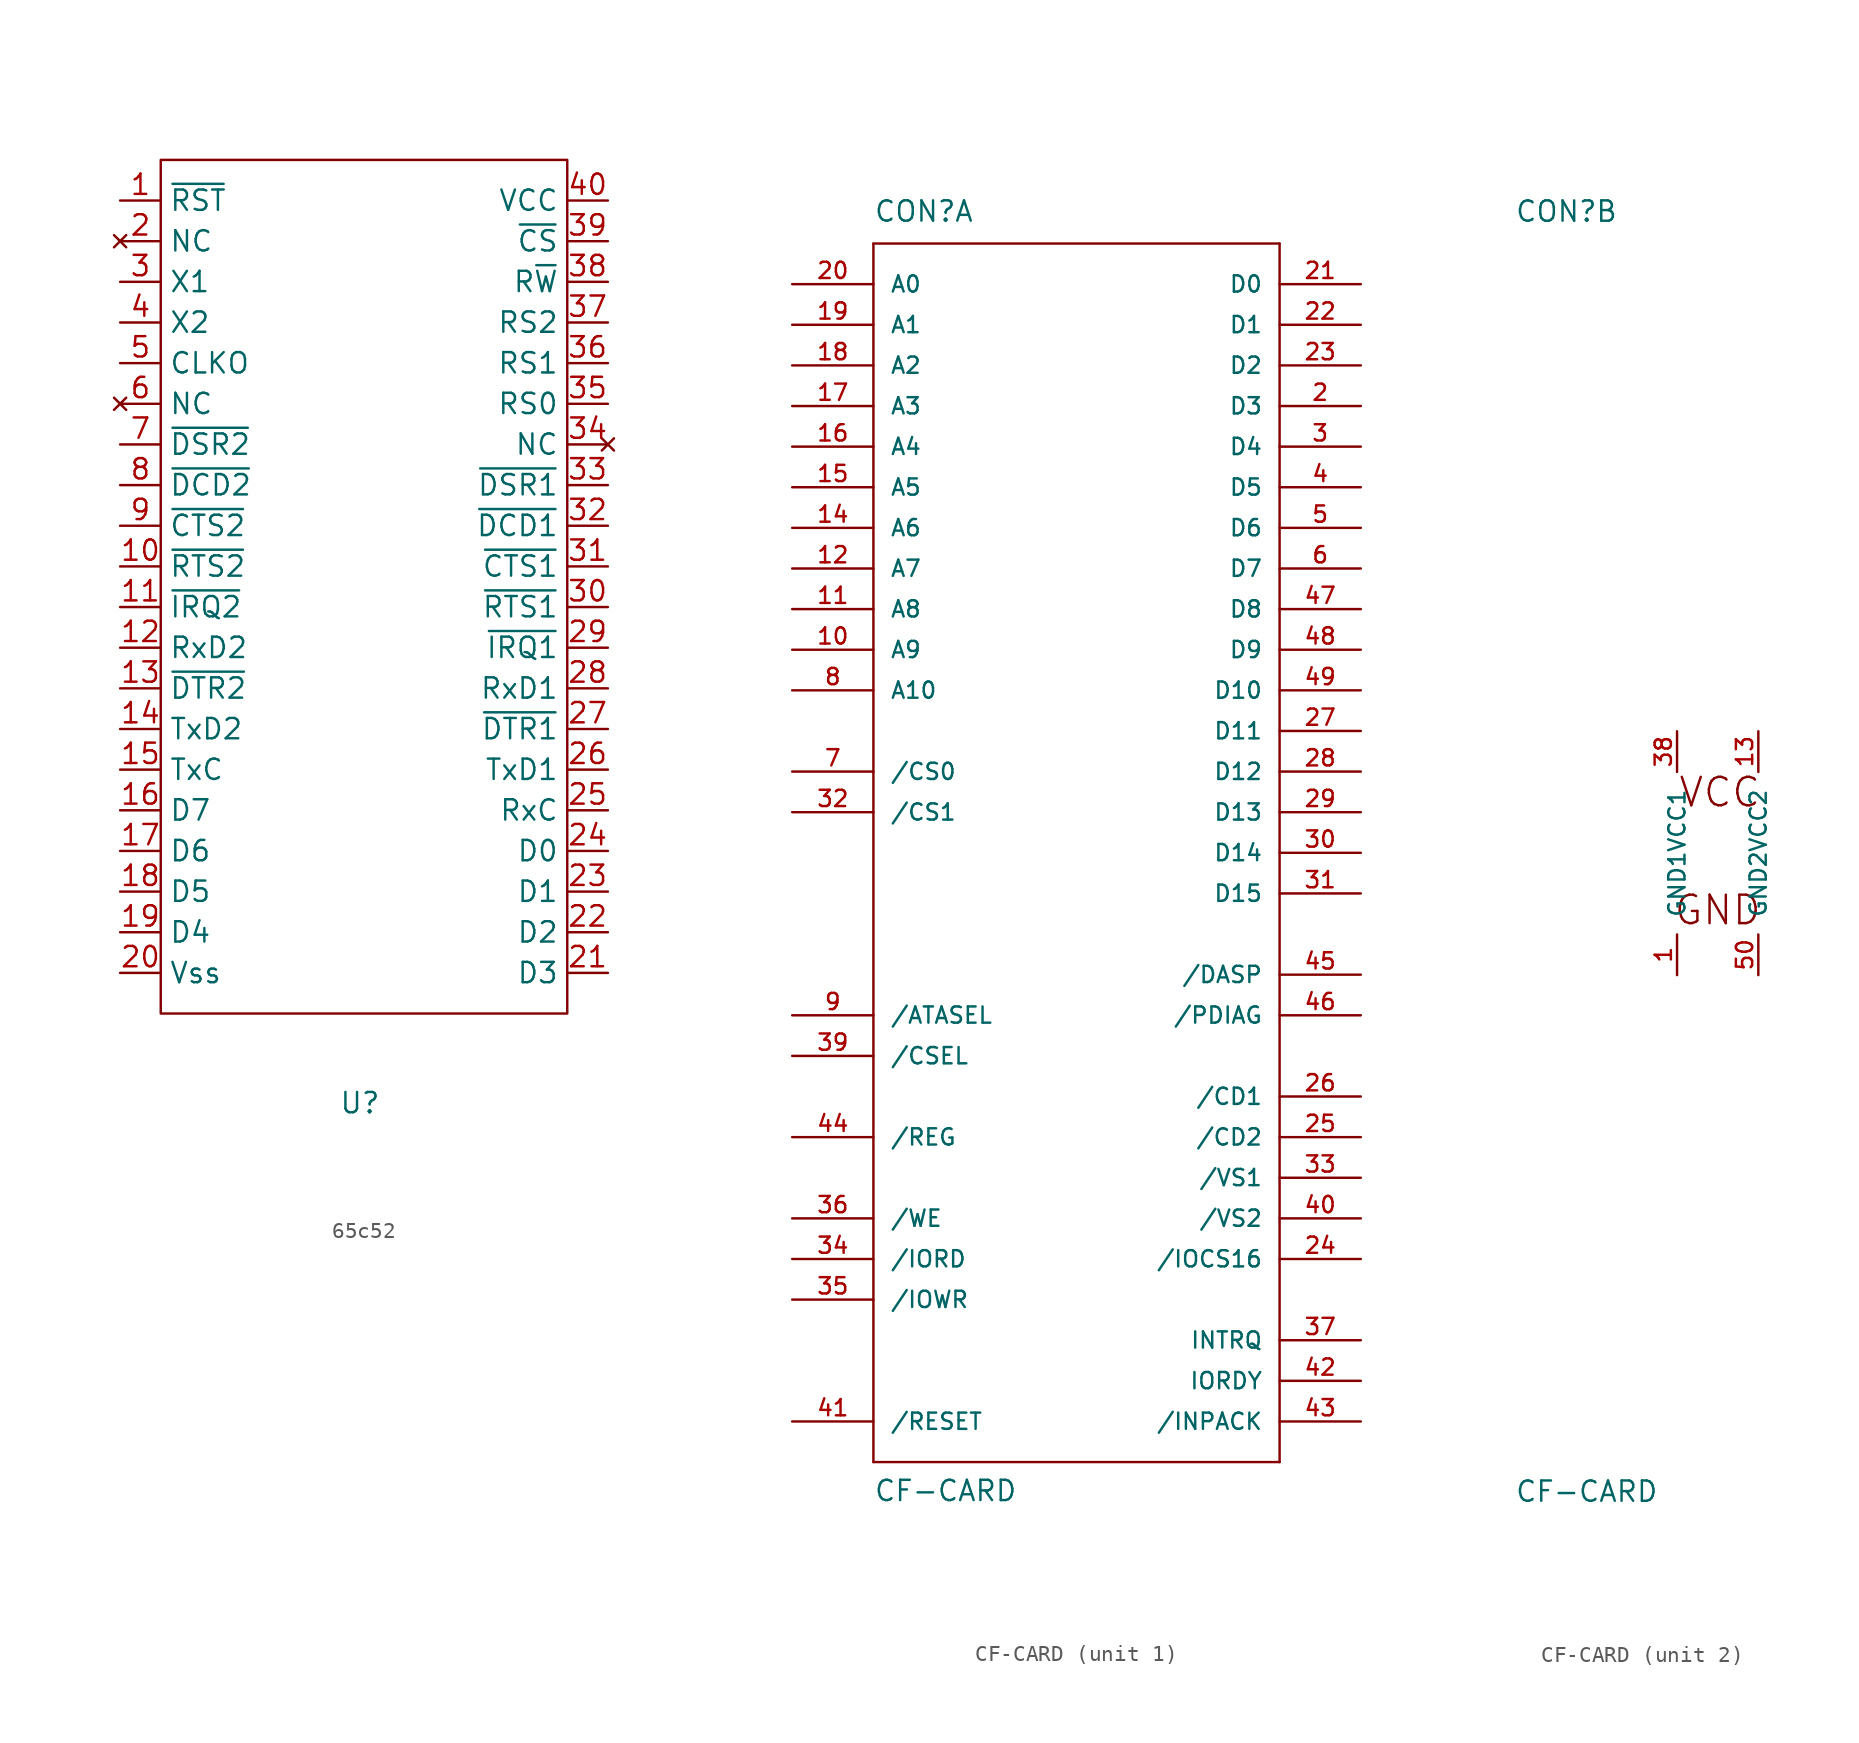
<source format=kicad_sym>
(kicad_symbol_lib
  (version 20231120)
  (generator "kicad_symbol_editor")
  (generator_version "8.0")
  (symbol "65c52"
    (property "Reference" "U"
      (at -0.254 -14.478 0)
      (effects (font (size 1.27 1.27))))
    (property "Value" ""
      (at 0 0 0)
      (effects (font (size 1.27 1.27))))
    (symbol "65c52_0_1"
      (rectangle (start -12.7 44.45) (end 12.7 -8.89) (stroke (width 0) (type default)) (fill (type none))))
    (symbol "65c52_1_1"
      (pin input line (at -15.24 41.91 0) (length 2.54) (name "~{RST}" (effects (font (size 1.27 1.27)))) (number "1" (effects (font (size 1.27 1.27)))))
      (pin output line (at -15.24 19.05 0) (length 2.54) (name "~{RTS2}" (effects (font (size 1.27 1.27)))) (number "10" (effects (font (size 1.27 1.27)))))
      (pin output line (at -15.24 16.51 0) (length 2.54) (name "~{IRQ2}" (effects (font (size 1.27 1.27)))) (number "11" (effects (font (size 1.27 1.27)))))
      (pin input line (at -15.24 13.97 0) (length 2.54) (name "RxD2" (effects (font (size 1.27 1.27)))) (number "12" (effects (font (size 1.27 1.27)))))
      (pin output line (at -15.24 11.43 0) (length 2.54) (name "~{DTR2}" (effects (font (size 1.27 1.27)))) (number "13" (effects (font (size 1.27 1.27)))))
      (pin output line (at -15.24 8.89 0) (length 2.54) (name "TxD2" (effects (font (size 1.27 1.27)))) (number "14" (effects (font (size 1.27 1.27)))))
      (pin input line (at -15.24 6.35 0) (length 2.54) (name "TxC" (effects (font (size 1.27 1.27)))) (number "15" (effects (font (size 1.27 1.27)))))
      (pin bidirectional line (at -15.24 3.81 0) (length 2.54) (name "D7" (effects (font (size 1.27 1.27)))) (number "16" (effects (font (size 1.27 1.27)))))
      (pin bidirectional line (at -15.24 1.27 0) (length 2.54) (name "D6" (effects (font (size 1.27 1.27)))) (number "17" (effects (font (size 1.27 1.27)))))
      (pin bidirectional line (at -15.24 -1.27 0) (length 2.54) (name "D5" (effects (font (size 1.27 1.27)))) (number "18" (effects (font (size 1.27 1.27)))))
      (pin bidirectional line (at -15.24 -3.81 0) (length 2.54) (name "D4" (effects (font (size 1.27 1.27)))) (number "19" (effects (font (size 1.27 1.27)))))
      (pin no_connect line (at -15.24 39.37 0) (length 2.54) (name "NC" (effects (font (size 1.27 1.27)))) (number "2" (effects (font (size 1.27 1.27)))))
      (pin power_in line (at -15.24 -6.35 0) (length 2.54) (name "Vss" (effects (font (size 1.27 1.27)))) (number "20" (effects (font (size 1.27 1.27)))))
      (pin bidirectional line (at 15.24 -6.35 180) (length 2.54) (name "D3" (effects (font (size 1.27 1.27)))) (number "21" (effects (font (size 1.27 1.27)))))
      (pin bidirectional line (at 15.24 -3.81 180) (length 2.54) (name "D2" (effects (font (size 1.27 1.27)))) (number "22" (effects (font (size 1.27 1.27)))))
      (pin bidirectional line (at 15.24 -1.27 180) (length 2.54) (name "D1" (effects (font (size 1.27 1.27)))) (number "23" (effects (font (size 1.27 1.27)))))
      (pin bidirectional line (at 15.24 1.27 180) (length 2.54) (name "D0" (effects (font (size 1.27 1.27)))) (number "24" (effects (font (size 1.27 1.27)))))
      (pin input line (at 15.24 3.81 180) (length 2.54) (name "RxC" (effects (font (size 1.27 1.27)))) (number "25" (effects (font (size 1.27 1.27)))))
      (pin output line (at 15.24 6.35 180) (length 2.54) (name "TxD1" (effects (font (size 1.27 1.27)))) (number "26" (effects (font (size 1.27 1.27)))))
      (pin output line (at 15.24 8.89 180) (length 2.54) (name "~{DTR1}" (effects (font (size 1.27 1.27)))) (number "27" (effects (font (size 1.27 1.27)))))
      (pin input line (at 15.24 11.43 180) (length 2.54) (name "RxD1" (effects (font (size 1.27 1.27)))) (number "28" (effects (font (size 1.27 1.27)))))
      (pin output line (at 15.24 13.97 180) (length 2.54) (name "~{IRQ1}" (effects (font (size 1.27 1.27)))) (number "29" (effects (font (size 1.27 1.27)))))
      (pin bidirectional line (at -15.24 36.83 0) (length 2.54) (name "X1" (effects (font (size 1.27 1.27)))) (number "3" (effects (font (size 1.27 1.27)))))
      (pin output line (at 15.24 16.51 180) (length 2.54) (name "~{RTS1}" (effects (font (size 1.27 1.27)))) (number "30" (effects (font (size 1.27 1.27)))))
      (pin input line (at 15.24 19.05 180) (length 2.54) (name "~{CTS1}" (effects (font (size 1.27 1.27)))) (number "31" (effects (font (size 1.27 1.27)))))
      (pin input line (at 15.24 21.59 180) (length 2.54) (name "~{DCD1}" (effects (font (size 1.27 1.27)))) (number "32" (effects (font (size 1.27 1.27)))))
      (pin input line (at 15.24 24.13 180) (length 2.54) (name "~{DSR1}" (effects (font (size 1.27 1.27)))) (number "33" (effects (font (size 1.27 1.27)))))
      (pin no_connect line (at 15.24 26.67 180) (length 2.54) (name "NC" (effects (font (size 1.27 1.27)))) (number "34" (effects (font (size 1.27 1.27)))))
      (pin input line (at 15.24 29.21 180) (length 2.54) (name "RS0" (effects (font (size 1.27 1.27)))) (number "35" (effects (font (size 1.27 1.27)))))
      (pin input line (at 15.24 31.75 180) (length 2.54) (name "RS1" (effects (font (size 1.27 1.27)))) (number "36" (effects (font (size 1.27 1.27)))))
      (pin input line (at 15.24 34.29 180) (length 2.54) (name "RS2" (effects (font (size 1.27 1.27)))) (number "37" (effects (font (size 1.27 1.27)))))
      (pin input line (at 15.24 36.83 180) (length 2.54) (name "R~{W}" (effects (font (size 1.27 1.27)))) (number "38" (effects (font (size 1.27 1.27)))))
      (pin input line (at 15.24 39.37 180) (length 2.54) (name "~{CS}" (effects (font (size 1.27 1.27)))) (number "39" (effects (font (size 1.27 1.27)))))
      (pin bidirectional line (at -15.24 34.29 0) (length 2.54) (name "X2" (effects (font (size 1.27 1.27)))) (number "4" (effects (font (size 1.27 1.27)))))
      (pin output line (at 15.24 41.91 180) (length 2.54) (name "VCC" (effects (font (size 1.27 1.27)))) (number "40" (effects (font (size 1.27 1.27)))))
      (pin output line (at -15.24 31.75 0) (length 2.54) (name "CLKO" (effects (font (size 1.27 1.27)))) (number "5" (effects (font (size 1.27 1.27)))))
      (pin no_connect line (at -15.24 29.21 0) (length 2.54) (name "NC" (effects (font (size 1.27 1.27)))) (number "6" (effects (font (size 1.27 1.27)))))
      (pin input line (at -15.24 26.67 0) (length 2.54) (name "~{DSR2}" (effects (font (size 1.27 1.27)))) (number "7" (effects (font (size 1.27 1.27)))))
      (pin input line (at -15.24 24.13 0) (length 2.54) (name "~{DCD2}" (effects (font (size 1.27 1.27)))) (number "8" (effects (font (size 1.27 1.27)))))
      (pin input line (at -15.24 21.59 0) (length 2.54) (name "~{CTS2}" (effects (font (size 1.27 1.27)))) (number "9" (effects (font (size 1.27 1.27)))))))
  (symbol "CF-CARD"
    (pin_names
      (offset 1.016))
    (property "Reference" "CON"
      (at -12.7 39.37 0)
      (effects (font (size 1.27 1.27)) (justify left bottom)))
    (property "Value" "CF-CARD"
      (at -12.7 -40.64 0)
      (effects (font (size 1.27 1.27)) (justify left bottom)))
    (property "Datasheet" ""
      (at 0 0 0)
      (effects (font (size 1.524 1.524))))
    (property "ki_locked" ""
      (at 0 0 0)
      (effects (font (size 1.27 1.27))))
    (symbol "CF-CARD_1_0"
      (polyline (pts (xy -12.7 -38.1) (xy 12.7 -38.1)) (stroke (width 0) (type solid)) (fill (type none)))
      (polyline (pts (xy -12.7 38.1) (xy -12.7 -38.1)) (stroke (width 0) (type solid)) (fill (type none)))
      (polyline (pts (xy 12.7 -38.1) (xy 12.7 38.1)) (stroke (width 0) (type solid)) (fill (type none)))
      (polyline (pts (xy 12.7 38.1) (xy -12.7 38.1)) (stroke (width 0) (type solid)) (fill (type none))))
    (symbol "CF-CARD_1_1"
      (pin input line (at -17.78 12.7 0) (length 5.08) (name "A9" (effects (font (size 1.016 1.016)))) (number "10" (effects (font (size 1.016 1.016)))))
      (pin input line (at -17.78 15.24 0) (length 5.08) (name "A8" (effects (font (size 1.016 1.016)))) (number "11" (effects (font (size 1.016 1.016)))))
      (pin input line (at -17.78 17.78 0) (length 5.08) (name "A7" (effects (font (size 1.016 1.016)))) (number "12" (effects (font (size 1.016 1.016)))))
      (pin input line (at -17.78 20.32 0) (length 5.08) (name "A6" (effects (font (size 1.016 1.016)))) (number "14" (effects (font (size 1.016 1.016)))))
      (pin input line (at -17.78 22.86 0) (length 5.08) (name "A5" (effects (font (size 1.016 1.016)))) (number "15" (effects (font (size 1.016 1.016)))))
      (pin input line (at -17.78 25.4 0) (length 5.08) (name "A4" (effects (font (size 1.016 1.016)))) (number "16" (effects (font (size 1.016 1.016)))))
      (pin input line (at -17.78 27.94 0) (length 5.08) (name "A3" (effects (font (size 1.016 1.016)))) (number "17" (effects (font (size 1.016 1.016)))))
      (pin input line (at -17.78 30.48 0) (length 5.08) (name "A2" (effects (font (size 1.016 1.016)))) (number "18" (effects (font (size 1.016 1.016)))))
      (pin input line (at -17.78 33.02 0) (length 5.08) (name "A1" (effects (font (size 1.016 1.016)))) (number "19" (effects (font (size 1.016 1.016)))))
      (pin bidirectional line (at 17.78 27.94 180) (length 5.08) (name "D3" (effects (font (size 1.016 1.016)))) (number "2" (effects (font (size 1.016 1.016)))))
      (pin input line (at -17.78 35.56 0) (length 5.08) (name "A0" (effects (font (size 1.016 1.016)))) (number "20" (effects (font (size 1.016 1.016)))))
      (pin bidirectional line (at 17.78 35.56 180) (length 5.08) (name "D0" (effects (font (size 1.016 1.016)))) (number "21" (effects (font (size 1.016 1.016)))))
      (pin bidirectional line (at 17.78 33.02 180) (length 5.08) (name "D1" (effects (font (size 1.016 1.016)))) (number "22" (effects (font (size 1.016 1.016)))))
      (pin bidirectional line (at 17.78 30.48 180) (length 5.08) (name "D2" (effects (font (size 1.016 1.016)))) (number "23" (effects (font (size 1.016 1.016)))))
      (pin output line (at 17.78 -25.4 180) (length 5.08) (name "/IOCS16" (effects (font (size 1.016 1.016)))) (number "24" (effects (font (size 1.016 1.016)))))
      (pin output line (at 17.78 -17.78 180) (length 5.08) (name "/CD2" (effects (font (size 1.016 1.016)))) (number "25" (effects (font (size 1.016 1.016)))))
      (pin output line (at 17.78 -15.24 180) (length 5.08) (name "/CD1" (effects (font (size 1.016 1.016)))) (number "26" (effects (font (size 1.016 1.016)))))
      (pin bidirectional line (at 17.78 7.62 180) (length 5.08) (name "D11" (effects (font (size 1.016 1.016)))) (number "27" (effects (font (size 1.016 1.016)))))
      (pin bidirectional line (at 17.78 5.08 180) (length 5.08) (name "D12" (effects (font (size 1.016 1.016)))) (number "28" (effects (font (size 1.016 1.016)))))
      (pin bidirectional line (at 17.78 2.54 180) (length 5.08) (name "D13" (effects (font (size 1.016 1.016)))) (number "29" (effects (font (size 1.016 1.016)))))
      (pin bidirectional line (at 17.78 25.4 180) (length 5.08) (name "D4" (effects (font (size 1.016 1.016)))) (number "3" (effects (font (size 1.016 1.016)))))
      (pin bidirectional line (at 17.78 0 180) (length 5.08) (name "D14" (effects (font (size 1.016 1.016)))) (number "30" (effects (font (size 1.016 1.016)))))
      (pin bidirectional line (at 17.78 -2.54 180) (length 5.08) (name "D15" (effects (font (size 1.016 1.016)))) (number "31" (effects (font (size 1.016 1.016)))))
      (pin input line (at -17.78 2.54 0) (length 5.08) (name "/CS1" (effects (font (size 1.016 1.016)))) (number "32" (effects (font (size 1.016 1.016)))))
      (pin output line (at 17.78 -20.32 180) (length 5.08) (name "/VS1" (effects (font (size 1.016 1.016)))) (number "33" (effects (font (size 1.016 1.016)))))
      (pin input line (at -17.78 -25.4 0) (length 5.08) (name "/IORD" (effects (font (size 1.016 1.016)))) (number "34" (effects (font (size 1.016 1.016)))))
      (pin input line (at -17.78 -27.94 0) (length 5.08) (name "/IOWR" (effects (font (size 1.016 1.016)))) (number "35" (effects (font (size 1.016 1.016)))))
      (pin input line (at -17.78 -22.86 0) (length 5.08) (name "/WE" (effects (font (size 1.016 1.016)))) (number "36" (effects (font (size 1.016 1.016)))))
      (pin output line (at 17.78 -30.48 180) (length 5.08) (name "INTRQ" (effects (font (size 1.016 1.016)))) (number "37" (effects (font (size 1.016 1.016)))))
      (pin input line (at -17.78 -12.7 0) (length 5.08) (name "/CSEL" (effects (font (size 1.016 1.016)))) (number "39" (effects (font (size 1.016 1.016)))))
      (pin bidirectional line (at 17.78 22.86 180) (length 5.08) (name "D5" (effects (font (size 1.016 1.016)))) (number "4" (effects (font (size 1.016 1.016)))))
      (pin output line (at 17.78 -22.86 180) (length 5.08) (name "/VS2" (effects (font (size 1.016 1.016)))) (number "40" (effects (font (size 1.016 1.016)))))
      (pin input line (at -17.78 -35.56 0) (length 5.08) (name "/RESET" (effects (font (size 1.016 1.016)))) (number "41" (effects (font (size 1.016 1.016)))))
      (pin output line (at 17.78 -33.02 180) (length 5.08) (name "IORDY" (effects (font (size 1.016 1.016)))) (number "42" (effects (font (size 1.016 1.016)))))
      (pin output line (at 17.78 -35.56 180) (length 5.08) (name "/INPACK" (effects (font (size 1.016 1.016)))) (number "43" (effects (font (size 1.016 1.016)))))
      (pin input line (at -17.78 -17.78 0) (length 5.08) (name "/REG" (effects (font (size 1.016 1.016)))) (number "44" (effects (font (size 1.016 1.016)))))
      (pin bidirectional line (at 17.78 -7.62 180) (length 5.08) (name "/DASP" (effects (font (size 1.016 1.016)))) (number "45" (effects (font (size 1.016 1.016)))))
      (pin bidirectional line (at 17.78 -10.16 180) (length 5.08) (name "/PDIAG" (effects (font (size 1.016 1.016)))) (number "46" (effects (font (size 1.016 1.016)))))
      (pin bidirectional line (at 17.78 15.24 180) (length 5.08) (name "D8" (effects (font (size 1.016 1.016)))) (number "47" (effects (font (size 1.016 1.016)))))
      (pin bidirectional line (at 17.78 12.7 180) (length 5.08) (name "D9" (effects (font (size 1.016 1.016)))) (number "48" (effects (font (size 1.016 1.016)))))
      (pin bidirectional line (at 17.78 10.16 180) (length 5.08) (name "D10" (effects (font (size 1.016 1.016)))) (number "49" (effects (font (size 1.016 1.016)))))
      (pin bidirectional line (at 17.78 20.32 180) (length 5.08) (name "D6" (effects (font (size 1.016 1.016)))) (number "5" (effects (font (size 1.016 1.016)))))
      (pin bidirectional line (at 17.78 17.78 180) (length 5.08) (name "D7" (effects (font (size 1.016 1.016)))) (number "6" (effects (font (size 1.016 1.016)))))
      (pin input line (at -17.78 5.08 0) (length 5.08) (name "/CS0" (effects (font (size 1.016 1.016)))) (number "7" (effects (font (size 1.016 1.016)))))
      (pin input line (at -17.78 10.16 0) (length 5.08) (name "A10" (effects (font (size 1.016 1.016)))) (number "8" (effects (font (size 1.016 1.016)))))
      (pin input line (at -17.78 -10.16 0) (length 5.08) (name "/ATASEL" (effects (font (size 1.016 1.016)))) (number "9" (effects (font (size 1.016 1.016))))))
    (symbol "CF-CARD_2_0"
      (text "GND" (at 0 -3.556 0) (effects (font (size 1.778 1.778))))
      (text "VCC" (at 0.127 3.81 0) (effects (font (size 1.778 1.778)))))
    (symbol "CF-CARD_2_1"
      (pin power_in line (at -2.54 -7.62 90) (length 2.54) (name "GND1" (effects (font (size 1.016 1.016)))) (number "1" (effects (font (size 1.016 1.016)))))
      (pin power_in line (at 2.54 7.62 270) (length 2.54) (name "VCC2" (effects (font (size 1.016 1.016)))) (number "13" (effects (font (size 1.016 1.016)))))
      (pin power_in line (at -2.54 7.62 270) (length 2.54) (name "VCC1" (effects (font (size 1.016 1.016)))) (number "38" (effects (font (size 1.016 1.016)))))
      (pin power_in line (at 2.54 -7.62 90) (length 2.54) (name "GND2" (effects (font (size 1.016 1.016)))) (number "50" (effects (font (size 1.016 1.016))))))))
</source>
